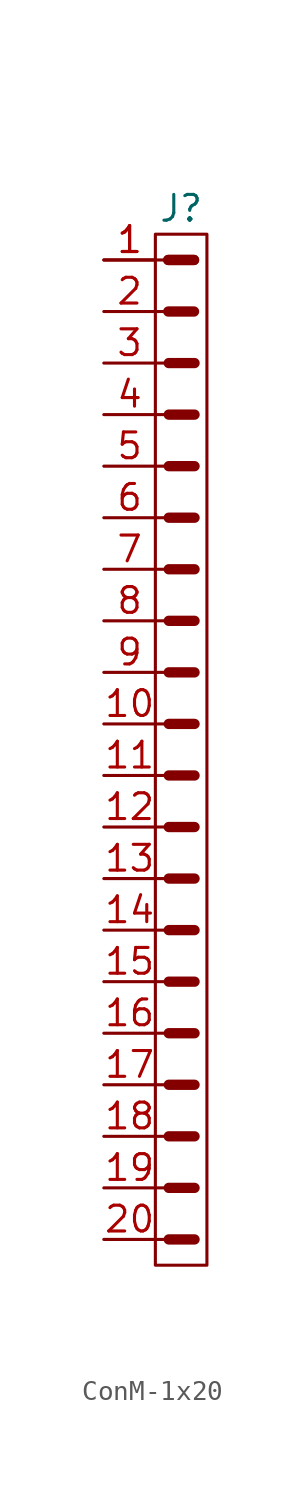
<source format=kicad_sym>
(kicad_symbol_lib
  (version 20231120)
  (generator "kicad_symbol_editor")
  (generator_version "8.0")
  (symbol "ConM-1x20"
    (property "Reference" "J"
      (at 1.27 26.67 0)
      (effects (font (size 1.27 1.27))))
    (symbol "ConM-1x20_0_1"
      (polyline (pts (xy 0.635 21.59) (xy 1.905 21.59)) (stroke (width 0.508) (type default)) (fill (type none)))
      (polyline (pts (xy 0.635 24.13) (xy 1.905 24.13)) (stroke (width 0.508) (type default)) (fill (type none)))
      (polyline (pts (xy 0.635 24.13) (xy 1.905 24.13)) (stroke (width 0.508) (type default)) (fill (type none)))
      (polyline (pts (xy 0.66 -24.13) (xy 1.93 -24.13)) (stroke (width 0.508) (type default)) (fill (type none)))
      (polyline (pts (xy 0.66 -21.59) (xy 1.93 -21.59)) (stroke (width 0.508) (type default)) (fill (type none)))
      (polyline (pts (xy 0.66 -19.05) (xy 1.93 -19.05)) (stroke (width 0.508) (type default)) (fill (type none)))
      (polyline (pts (xy 0.66 -16.51) (xy 1.93 -16.51)) (stroke (width 0.508) (type default)) (fill (type none)))
      (polyline (pts (xy 0.66 -13.97) (xy 1.93 -13.97)) (stroke (width 0.508) (type default)) (fill (type none)))
      (polyline (pts (xy 0.66 -11.43) (xy 1.93 -11.43)) (stroke (width 0.508) (type default)) (fill (type none)))
      (polyline (pts (xy 0.66 -8.89) (xy 1.93 -8.89)) (stroke (width 0.508) (type default)) (fill (type none)))
      (polyline (pts (xy 0.66 -6.35) (xy 1.93 -6.35)) (stroke (width 0.508) (type default)) (fill (type none)))
      (polyline (pts (xy 0.66 -3.81) (xy 1.93 -3.81)) (stroke (width 0.508) (type default)) (fill (type none)))
      (polyline (pts (xy 0.66 -1.27) (xy 1.93 -1.27)) (stroke (width 0.508) (type default)) (fill (type none)))
      (polyline (pts (xy 0.66 1.27) (xy 1.93 1.27)) (stroke (width 0.508) (type default)) (fill (type none)))
      (polyline (pts (xy 0.66 3.81) (xy 1.93 3.81)) (stroke (width 0.508) (type default)) (fill (type none)))
      (polyline (pts (xy 0.66 6.35) (xy 1.93 6.35)) (stroke (width 0.508) (type default)) (fill (type none)))
      (polyline (pts (xy 0.66 8.89) (xy 1.93 8.89)) (stroke (width 0.508) (type default)) (fill (type none)))
      (polyline (pts (xy 0.66 11.43) (xy 1.93 11.43)) (stroke (width 0.508) (type default)) (fill (type none)))
      (polyline (pts (xy 0.66 13.97) (xy 1.93 13.97)) (stroke (width 0.508) (type default)) (fill (type none)))
      (polyline (pts (xy 0.66 16.51) (xy 1.93 16.51)) (stroke (width 0.508) (type default)) (fill (type none)))
      (polyline (pts (xy 0.66 19.05) (xy 1.93 19.05)) (stroke (width 0.508) (type default)) (fill (type none)))
      (rectangle (start 0 25.4) (end 2.54 -25.4) (stroke (width 0) (type default)) (fill (type none))))
    (symbol "ConM-1x20_1_1"
      (polyline (pts (xy 0 -24.13) (xy 0.66 -24.13)) (stroke (width 0.152) (type default)) (fill (type none)))
      (polyline (pts (xy 0 -21.59) (xy 0.66 -21.59)) (stroke (width 0.152) (type default)) (fill (type none)))
      (polyline (pts (xy 0 -19.05) (xy 0.66 -19.05)) (stroke (width 0.152) (type default)) (fill (type none)))
      (polyline (pts (xy 0 -16.51) (xy 0.66 -16.51)) (stroke (width 0.152) (type default)) (fill (type none)))
      (polyline (pts (xy 0 -13.97) (xy 0.66 -13.97)) (stroke (width 0.152) (type default)) (fill (type none)))
      (polyline (pts (xy 0 -11.43) (xy 0.66 -11.43)) (stroke (width 0.152) (type default)) (fill (type none)))
      (polyline (pts (xy 0 -8.89) (xy 0.66 -8.89)) (stroke (width 0.152) (type default)) (fill (type none)))
      (polyline (pts (xy 0 -6.35) (xy 0.66 -6.35)) (stroke (width 0.152) (type default)) (fill (type none)))
      (polyline (pts (xy 0 -3.81) (xy 0.66 -3.81)) (stroke (width 0.152) (type default)) (fill (type none)))
      (polyline (pts (xy 0 -1.27) (xy 0.66 -1.27)) (stroke (width 0.152) (type default)) (fill (type none)))
      (polyline (pts (xy 0 1.27) (xy 0.66 1.27)) (stroke (width 0.152) (type default)) (fill (type none)))
      (polyline (pts (xy 0 3.81) (xy 0.66 3.81)) (stroke (width 0.152) (type default)) (fill (type none)))
      (polyline (pts (xy 0 6.35) (xy 0.66 6.35)) (stroke (width 0.152) (type default)) (fill (type none)))
      (polyline (pts (xy 0 8.89) (xy 0.66 8.89)) (stroke (width 0.152) (type default)) (fill (type none)))
      (polyline (pts (xy 0 11.43) (xy 0.66 11.43)) (stroke (width 0.152) (type default)) (fill (type none)))
      (polyline (pts (xy 0 13.97) (xy 0.66 13.97)) (stroke (width 0.152) (type default)) (fill (type none)))
      (polyline (pts (xy 0 16.51) (xy 0.66 16.51)) (stroke (width 0.152) (type default)) (fill (type none)))
      (polyline (pts (xy 0 19.05) (xy 0.66 19.05)) (stroke (width 0.152) (type default)) (fill (type none)))
      (polyline (pts (xy 0 21.59) (xy 0.635 21.59)) (stroke (width 0.152) (type default)) (fill (type none)))
      (polyline (pts (xy 0 24.13) (xy 0.635 24.13)) (stroke (width 0.152) (type default)) (fill (type none)))
      (pin passive line (at -2.54 24.13 0) (length 2.54) (name "" (effects (font (size 1.27 1.27)))) (number "1" (effects (font (size 1.27 1.27)))))
      (pin passive line (at -2.54 24.13 0) (length 2.54) (name "" (effects (font (size 1.27 1.27)))) (number "1" (effects (font (size 1.27 1.27)))))
      (pin passive line (at -2.54 1.27 0) (length 2.54) (name "" (effects (font (size 1.27 1.27)))) (number "10" (effects (font (size 1.27 1.27)))))
      (pin passive line (at -2.54 -1.27 0) (length 2.54) (name "" (effects (font (size 1.27 1.27)))) (number "11" (effects (font (size 1.27 1.27)))))
      (pin passive line (at -2.54 -3.81 0) (length 2.54) (name "" (effects (font (size 1.27 1.27)))) (number "12" (effects (font (size 1.27 1.27)))))
      (pin passive line (at -2.54 -6.35 0) (length 2.54) (name "" (effects (font (size 1.27 1.27)))) (number "13" (effects (font (size 1.27 1.27)))))
      (pin passive line (at -2.54 -8.89 0) (length 2.54) (name "" (effects (font (size 1.27 1.27)))) (number "14" (effects (font (size 1.27 1.27)))))
      (pin passive line (at -2.54 -11.43 0) (length 2.54) (name "" (effects (font (size 1.27 1.27)))) (number "15" (effects (font (size 1.27 1.27)))))
      (pin passive line (at -2.54 -13.97 0) (length 2.54) (name "" (effects (font (size 1.27 1.27)))) (number "16" (effects (font (size 1.27 1.27)))))
      (pin passive line (at -2.54 -16.51 0) (length 2.54) (name "" (effects (font (size 1.27 1.27)))) (number "17" (effects (font (size 1.27 1.27)))))
      (pin passive line (at -2.54 -19.05 0) (length 2.54) (name "" (effects (font (size 1.27 1.27)))) (number "18" (effects (font (size 1.27 1.27)))))
      (pin passive line (at -2.54 -21.59 0) (length 2.54) (name "" (effects (font (size 1.27 1.27)))) (number "19" (effects (font (size 1.27 1.27)))))
      (pin passive line (at -2.54 21.59 0) (length 2.54) (name "" (effects (font (size 1.27 1.27)))) (number "2" (effects (font (size 1.27 1.27)))))
      (pin passive line (at -2.54 -24.13 0) (length 2.54) (name "" (effects (font (size 1.27 1.27)))) (number "20" (effects (font (size 1.27 1.27)))))
      (pin passive line (at -2.54 19.05 0) (length 2.54) (name "" (effects (font (size 1.27 1.27)))) (number "3" (effects (font (size 1.27 1.27)))))
      (pin passive line (at -2.54 16.51 0) (length 2.54) (name "" (effects (font (size 1.27 1.27)))) (number "4" (effects (font (size 1.27 1.27)))))
      (pin passive line (at -2.54 13.97 0) (length 2.54) (name "" (effects (font (size 1.27 1.27)))) (number "5" (effects (font (size 1.27 1.27)))))
      (pin passive line (at -2.54 11.43 0) (length 2.54) (name "" (effects (font (size 1.27 1.27)))) (number "6" (effects (font (size 1.27 1.27)))))
      (pin passive line (at -2.54 8.89 0) (length 2.54) (name "" (effects (font (size 1.27 1.27)))) (number "7" (effects (font (size 1.27 1.27)))))
      (pin passive line (at -2.54 6.35 0) (length 2.54) (name "" (effects (font (size 1.27 1.27)))) (number "8" (effects (font (size 1.27 1.27)))))
      (pin passive line (at -2.54 3.81 0) (length 2.54) (name "" (effects (font (size 1.27 1.27)))) (number "9" (effects (font (size 1.27 1.27))))))))
</source>
